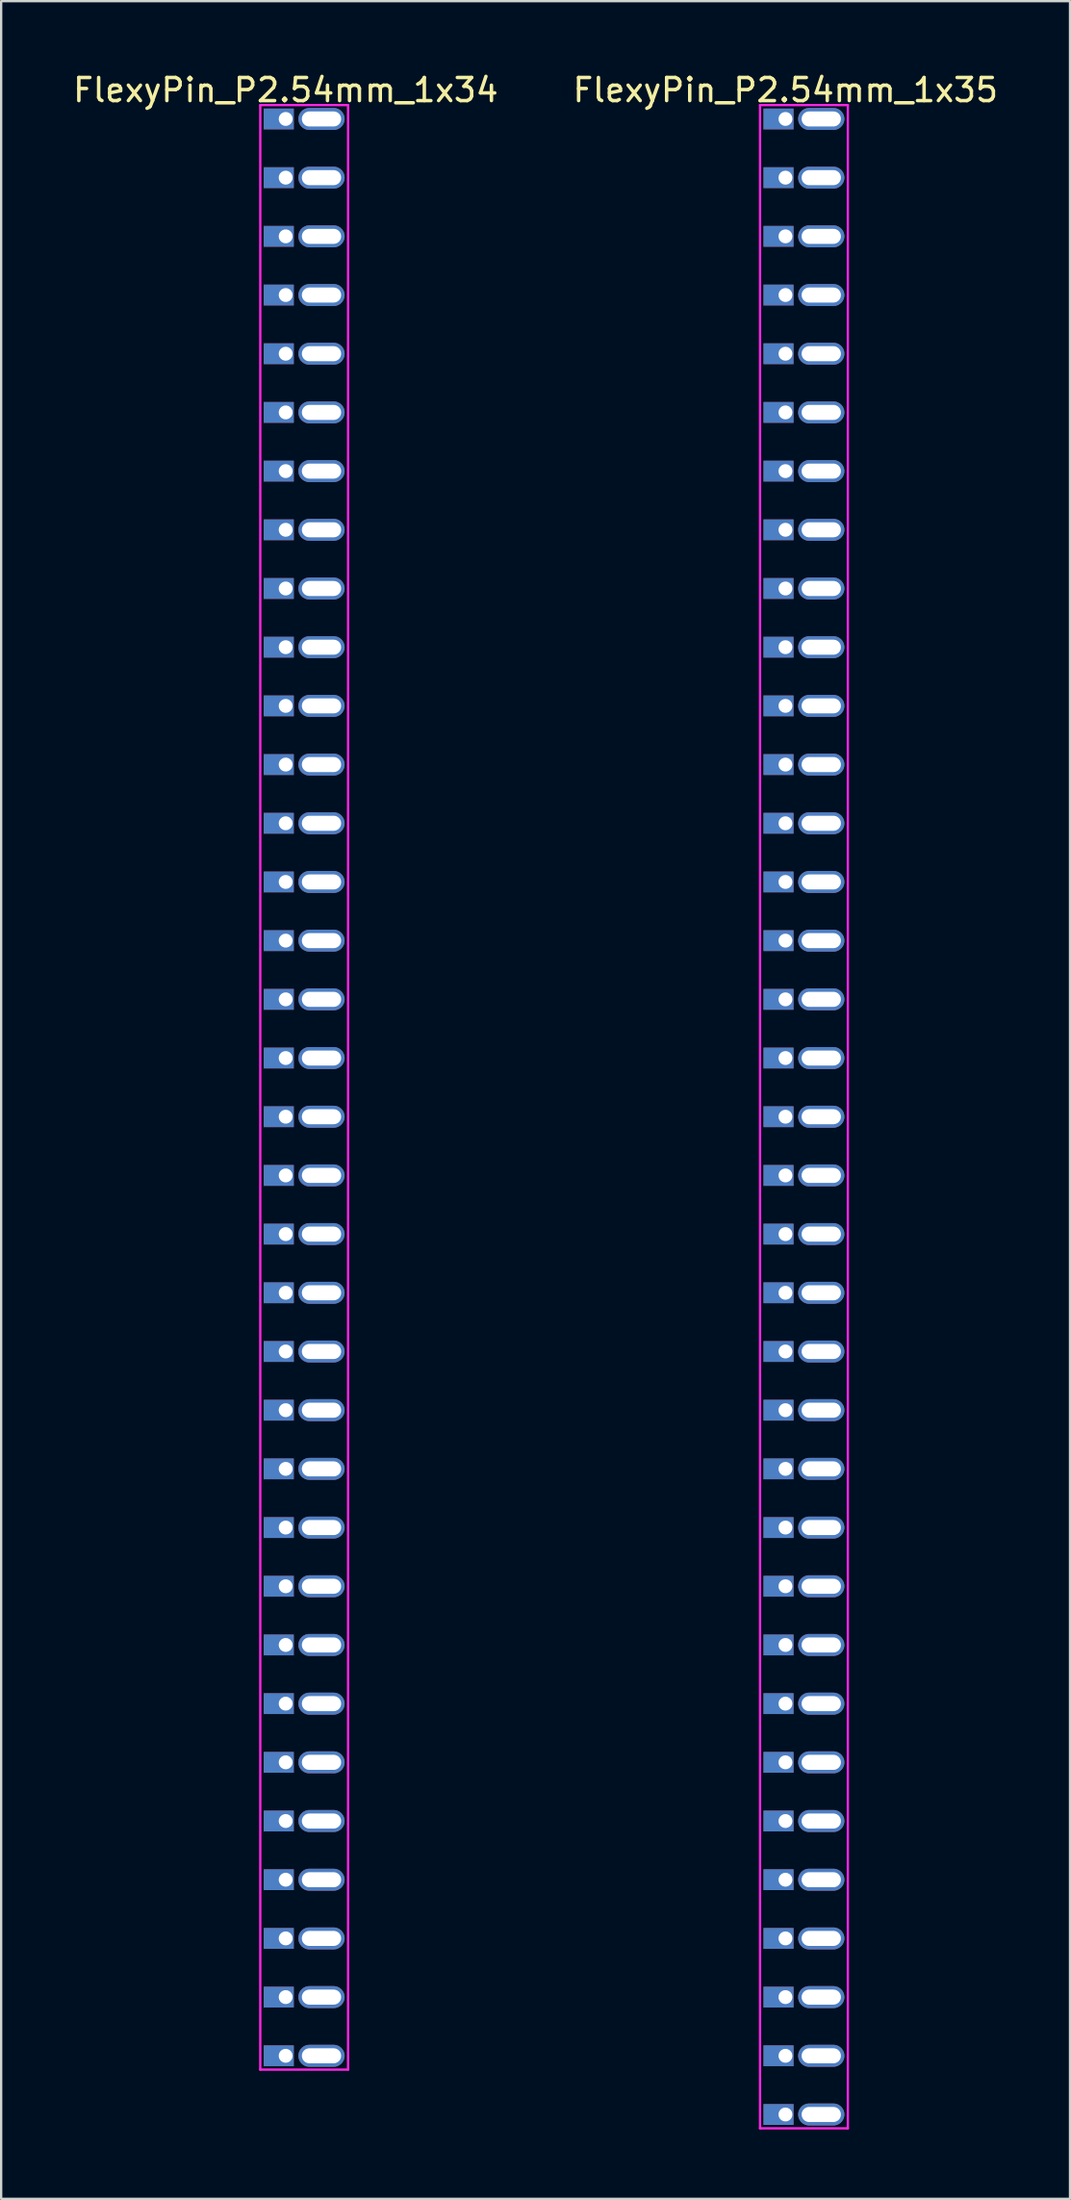
<source format=kicad_pcb>
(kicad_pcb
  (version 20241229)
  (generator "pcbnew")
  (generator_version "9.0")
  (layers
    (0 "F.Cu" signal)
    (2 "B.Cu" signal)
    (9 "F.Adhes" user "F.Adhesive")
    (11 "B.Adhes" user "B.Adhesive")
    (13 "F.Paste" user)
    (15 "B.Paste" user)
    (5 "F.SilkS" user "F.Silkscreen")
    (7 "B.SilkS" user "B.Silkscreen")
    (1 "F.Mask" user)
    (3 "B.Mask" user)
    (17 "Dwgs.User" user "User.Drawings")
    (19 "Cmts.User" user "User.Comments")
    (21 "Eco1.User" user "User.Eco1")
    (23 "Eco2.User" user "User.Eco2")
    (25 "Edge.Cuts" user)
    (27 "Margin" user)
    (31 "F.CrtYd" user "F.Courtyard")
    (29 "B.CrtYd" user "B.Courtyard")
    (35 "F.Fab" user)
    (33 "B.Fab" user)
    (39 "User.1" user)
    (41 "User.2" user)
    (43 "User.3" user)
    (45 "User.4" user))
  (footprint "FlexyPin_P2.54mm_1x34"
    (layer "F.Cu")
    (at 9.315 2.098)
    (property "Reference" "FlexyPin_P2.54mm_1x34" (at 0 -1.25 0) (layer "F.SilkS") (effects (font (size 1 1) (thickness 0.15))))
    (attr through_hole)
    (fp_line (start -1.1 -0.6) (end 2.7 -0.6) (stroke (width 0.1) (type solid)) (layer "F.CrtYd"))
    (fp_line (start -1.1 84.42) (end -1.1 -0.6) (stroke (width 0.1) (type solid)) (layer "F.CrtYd"))
    (fp_line (start 2.7 -0.6) (end 2.7 84.42) (stroke (width 0.1) (type solid)) (layer "F.CrtYd"))
    (fp_line (start 2.7 84.42) (end -1.1 84.42) (stroke (width 0.1) (type solid)) (layer "F.CrtYd"))
    (pad "" thru_hole oval (at 1.55 0) (size 2 0.95) (drill oval 1.7 0.65) (layers "*.Cu" "*.Mask"))
    (pad "" thru_hole oval (at 1.55 2.54) (size 2 0.95) (drill oval 1.7 0.65) (layers "*.Cu" "*.Mask"))
    (pad "" thru_hole oval (at 1.55 5.08) (size 2 0.95) (drill oval 1.7 0.65) (layers "*.Cu" "*.Mask"))
    (pad "" thru_hole oval (at 1.55 7.62) (size 2 0.95) (drill oval 1.7 0.65) (layers "*.Cu" "*.Mask"))
    (pad "" thru_hole oval (at 1.55 10.16) (size 2 0.95) (drill oval 1.7 0.65) (layers "*.Cu" "*.Mask"))
    (pad "" thru_hole oval (at 1.55 12.7) (size 2 0.95) (drill oval 1.7 0.65) (layers "*.Cu" "*.Mask"))
    (pad "" thru_hole oval (at 1.55 15.24) (size 2 0.95) (drill oval 1.7 0.65) (layers "*.Cu" "*.Mask"))
    (pad "" thru_hole oval (at 1.55 17.78) (size 2 0.95) (drill oval 1.7 0.65) (layers "*.Cu" "*.Mask"))
    (pad "" thru_hole oval (at 1.55 20.32) (size 2 0.95) (drill oval 1.7 0.65) (layers "*.Cu" "*.Mask"))
    (pad "" thru_hole oval (at 1.55 22.86) (size 2 0.95) (drill oval 1.7 0.65) (layers "*.Cu" "*.Mask"))
    (pad "" thru_hole oval (at 1.55 25.4) (size 2 0.95) (drill oval 1.7 0.65) (layers "*.Cu" "*.Mask"))
    (pad "" thru_hole oval (at 1.55 27.94) (size 2 0.95) (drill oval 1.7 0.65) (layers "*.Cu" "*.Mask"))
    (pad "" thru_hole oval (at 1.55 30.48) (size 2 0.95) (drill oval 1.7 0.65) (layers "*.Cu" "*.Mask"))
    (pad "" thru_hole oval (at 1.55 33.02) (size 2 0.95) (drill oval 1.7 0.65) (layers "*.Cu" "*.Mask"))
    (pad "" thru_hole oval (at 1.55 35.56) (size 2 0.95) (drill oval 1.7 0.65) (layers "*.Cu" "*.Mask"))
    (pad "" thru_hole oval (at 1.55 38.1) (size 2 0.95) (drill oval 1.7 0.65) (layers "*.Cu" "*.Mask"))
    (pad "" thru_hole oval (at 1.55 40.64) (size 2 0.95) (drill oval 1.7 0.65) (layers "*.Cu" "*.Mask"))
    (pad "" thru_hole oval (at 1.55 43.18) (size 2 0.95) (drill oval 1.7 0.65) (layers "*.Cu" "*.Mask"))
    (pad "" thru_hole oval (at 1.55 45.72) (size 2 0.95) (drill oval 1.7 0.65) (layers "*.Cu" "*.Mask"))
    (pad "" thru_hole oval (at 1.55 48.26) (size 2 0.95) (drill oval 1.7 0.65) (layers "*.Cu" "*.Mask"))
    (pad "" thru_hole oval (at 1.55 50.8) (size 2 0.95) (drill oval 1.7 0.65) (layers "*.Cu" "*.Mask"))
    (pad "" thru_hole oval (at 1.55 53.34) (size 2 0.95) (drill oval 1.7 0.65) (layers "*.Cu" "*.Mask"))
    (pad "" thru_hole oval (at 1.55 55.88) (size 2 0.95) (drill oval 1.7 0.65) (layers "*.Cu" "*.Mask"))
    (pad "" thru_hole oval (at 1.55 58.42) (size 2 0.95) (drill oval 1.7 0.65) (layers "*.Cu" "*.Mask"))
    (pad "" thru_hole oval (at 1.55 60.96) (size 2 0.95) (drill oval 1.7 0.65) (layers "*.Cu" "*.Mask"))
    (pad "" thru_hole oval (at 1.55 63.5) (size 2 0.95) (drill oval 1.7 0.65) (layers "*.Cu" "*.Mask"))
    (pad "" thru_hole oval (at 1.55 66.04) (size 2 0.95) (drill oval 1.7 0.65) (layers "*.Cu" "*.Mask"))
    (pad "" thru_hole oval (at 1.55 68.58) (size 2 0.95) (drill oval 1.7 0.65) (layers "*.Cu" "*.Mask"))
    (pad "" thru_hole oval (at 1.55 71.12) (size 2 0.95) (drill oval 1.7 0.65) (layers "*.Cu" "*.Mask"))
    (pad "" thru_hole oval (at 1.55 73.66) (size 2 0.95) (drill oval 1.7 0.65) (layers "*.Cu" "*.Mask"))
    (pad "" thru_hole oval (at 1.55 76.2) (size 2 0.95) (drill oval 1.7 0.65) (layers "*.Cu" "*.Mask"))
    (pad "" thru_hole oval (at 1.55 78.74) (size 2 0.95) (drill oval 1.7 0.65) (layers "*.Cu" "*.Mask"))
    (pad "" thru_hole oval (at 1.55 81.28) (size 2 0.95) (drill oval 1.7 0.65) (layers "*.Cu" "*.Mask"))
    (pad "" thru_hole oval (at 1.55 83.82) (size 2 0.95) (drill oval 1.7 0.65) (layers "*.Cu" "*.Mask"))
    (pad "1" thru_hole rect (at 0 0) (size 1.3 0.9) (drill 0.6 (offset -0.3 0)) (layers "*.Cu" "*.Mask"))
    (pad "2" thru_hole rect (at 0 2.54) (size 1.3 0.9) (drill 0.6 (offset -0.3 0)) (layers "*.Cu" "*.Mask"))
    (pad "3" thru_hole rect (at 0 5.08) (size 1.3 0.9) (drill 0.6 (offset -0.3 0)) (layers "*.Cu" "*.Mask"))
    (pad "4" thru_hole rect (at 0 7.62) (size 1.3 0.9) (drill 0.6 (offset -0.3 0)) (layers "*.Cu" "*.Mask"))
    (pad "5" thru_hole rect (at 0 10.16) (size 1.3 0.9) (drill 0.6 (offset -0.3 0)) (layers "*.Cu" "*.Mask"))
    (pad "6" thru_hole rect (at 0 12.7) (size 1.3 0.9) (drill 0.6 (offset -0.3 0)) (layers "*.Cu" "*.Mask"))
    (pad "7" thru_hole rect (at 0 15.24) (size 1.3 0.9) (drill 0.6 (offset -0.3 0)) (layers "*.Cu" "*.Mask"))
    (pad "8" thru_hole rect (at 0 17.78) (size 1.3 0.9) (drill 0.6 (offset -0.3 0)) (layers "*.Cu" "*.Mask"))
    (pad "9" thru_hole rect (at 0 20.32) (size 1.3 0.9) (drill 0.6 (offset -0.3 0)) (layers "*.Cu" "*.Mask"))
    (pad "10" thru_hole rect (at 0 22.86) (size 1.3 0.9) (drill 0.6 (offset -0.3 0)) (layers "*.Cu" "*.Mask"))
    (pad "11" thru_hole rect (at 0 25.4) (size 1.3 0.9) (drill 0.6 (offset -0.3 0)) (layers "*.Cu" "*.Mask"))
    (pad "12" thru_hole rect (at 0 27.94) (size 1.3 0.9) (drill 0.6 (offset -0.3 0)) (layers "*.Cu" "*.Mask"))
    (pad "13" thru_hole rect (at 0 30.48) (size 1.3 0.9) (drill 0.6 (offset -0.3 0)) (layers "*.Cu" "*.Mask"))
    (pad "14" thru_hole rect (at 0 33.02) (size 1.3 0.9) (drill 0.6 (offset -0.3 0)) (layers "*.Cu" "*.Mask"))
    (pad "15" thru_hole rect (at 0 35.56) (size 1.3 0.9) (drill 0.6 (offset -0.3 0)) (layers "*.Cu" "*.Mask"))
    (pad "16" thru_hole rect (at 0 38.1) (size 1.3 0.9) (drill 0.6 (offset -0.3 0)) (layers "*.Cu" "*.Mask"))
    (pad "17" thru_hole rect (at 0 40.64) (size 1.3 0.9) (drill 0.6 (offset -0.3 0)) (layers "*.Cu" "*.Mask"))
    (pad "18" thru_hole rect (at 0 43.18) (size 1.3 0.9) (drill 0.6 (offset -0.3 0)) (layers "*.Cu" "*.Mask"))
    (pad "19" thru_hole rect (at 0 45.72) (size 1.3 0.9) (drill 0.6 (offset -0.3 0)) (layers "*.Cu" "*.Mask"))
    (pad "20" thru_hole rect (at 0 48.26) (size 1.3 0.9) (drill 0.6 (offset -0.3 0)) (layers "*.Cu" "*.Mask"))
    (pad "21" thru_hole rect (at 0 50.8) (size 1.3 0.9) (drill 0.6 (offset -0.3 0)) (layers "*.Cu" "*.Mask"))
    (pad "22" thru_hole rect (at 0 53.34) (size 1.3 0.9) (drill 0.6 (offset -0.3 0)) (layers "*.Cu" "*.Mask"))
    (pad "23" thru_hole rect (at 0 55.88) (size 1.3 0.9) (drill 0.6 (offset -0.3 0)) (layers "*.Cu" "*.Mask"))
    (pad "24" thru_hole rect (at 0 58.42) (size 1.3 0.9) (drill 0.6 (offset -0.3 0)) (layers "*.Cu" "*.Mask"))
    (pad "25" thru_hole rect (at 0 60.96) (size 1.3 0.9) (drill 0.6 (offset -0.3 0)) (layers "*.Cu" "*.Mask"))
    (pad "26" thru_hole rect (at 0 63.5) (size 1.3 0.9) (drill 0.6 (offset -0.3 0)) (layers "*.Cu" "*.Mask"))
    (pad "27" thru_hole rect (at 0 66.04) (size 1.3 0.9) (drill 0.6 (offset -0.3 0)) (layers "*.Cu" "*.Mask"))
    (pad "28" thru_hole rect (at 0 68.58) (size 1.3 0.9) (drill 0.6 (offset -0.3 0)) (layers "*.Cu" "*.Mask"))
    (pad "29" thru_hole rect (at 0 71.12) (size 1.3 0.9) (drill 0.6 (offset -0.3 0)) (layers "*.Cu" "*.Mask"))
    (pad "30" thru_hole rect (at 0 73.66) (size 1.3 0.9) (drill 0.6 (offset -0.3 0)) (layers "*.Cu" "*.Mask"))
    (pad "31" thru_hole rect (at 0 76.2) (size 1.3 0.9) (drill 0.6 (offset -0.3 0)) (layers "*.Cu" "*.Mask"))
    (pad "32" thru_hole rect (at 0 78.74) (size 1.3 0.9) (drill 0.6 (offset -0.3 0)) (layers "*.Cu" "*.Mask"))
    (pad "33" thru_hole rect (at 0 81.28) (size 1.3 0.9) (drill 0.6 (offset -0.3 0)) (layers "*.Cu" "*.Mask"))
    (pad "34" thru_hole rect (at 0 83.82) (size 1.3 0.9) (drill 0.6 (offset -0.3 0)) (layers "*.Cu" "*.Mask")))
  (footprint "FlexyPin_P2.54mm_1x35"
    (layer "F.Cu")
    (at 30.946 2.098)
    (property "Reference" "FlexyPin_P2.54mm_1x35" (at 0 -1.25 0) (layer "F.SilkS") (effects (font (size 1 1) (thickness 0.15))))
    (attr through_hole)
    (fp_line (start -1.1 -0.6) (end 2.7 -0.6) (stroke (width 0.1) (type solid)) (layer "F.CrtYd"))
    (fp_line (start -1.1 86.96) (end -1.1 -0.6) (stroke (width 0.1) (type solid)) (layer "F.CrtYd"))
    (fp_line (start 2.7 -0.6) (end 2.7 86.96) (stroke (width 0.1) (type solid)) (layer "F.CrtYd"))
    (fp_line (start 2.7 86.96) (end -1.1 86.96) (stroke (width 0.1) (type solid)) (layer "F.CrtYd"))
    (pad "" thru_hole oval (at 1.55 0) (size 2 0.95) (drill oval 1.7 0.65) (layers "*.Cu" "*.Mask"))
    (pad "" thru_hole oval (at 1.55 2.54) (size 2 0.95) (drill oval 1.7 0.65) (layers "*.Cu" "*.Mask"))
    (pad "" thru_hole oval (at 1.55 5.08) (size 2 0.95) (drill oval 1.7 0.65) (layers "*.Cu" "*.Mask"))
    (pad "" thru_hole oval (at 1.55 7.62) (size 2 0.95) (drill oval 1.7 0.65) (layers "*.Cu" "*.Mask"))
    (pad "" thru_hole oval (at 1.55 10.16) (size 2 0.95) (drill oval 1.7 0.65) (layers "*.Cu" "*.Mask"))
    (pad "" thru_hole oval (at 1.55 12.7) (size 2 0.95) (drill oval 1.7 0.65) (layers "*.Cu" "*.Mask"))
    (pad "" thru_hole oval (at 1.55 15.24) (size 2 0.95) (drill oval 1.7 0.65) (layers "*.Cu" "*.Mask"))
    (pad "" thru_hole oval (at 1.55 17.78) (size 2 0.95) (drill oval 1.7 0.65) (layers "*.Cu" "*.Mask"))
    (pad "" thru_hole oval (at 1.55 20.32) (size 2 0.95) (drill oval 1.7 0.65) (layers "*.Cu" "*.Mask"))
    (pad "" thru_hole oval (at 1.55 22.86) (size 2 0.95) (drill oval 1.7 0.65) (layers "*.Cu" "*.Mask"))
    (pad "" thru_hole oval (at 1.55 25.4) (size 2 0.95) (drill oval 1.7 0.65) (layers "*.Cu" "*.Mask"))
    (pad "" thru_hole oval (at 1.55 27.94) (size 2 0.95) (drill oval 1.7 0.65) (layers "*.Cu" "*.Mask"))
    (pad "" thru_hole oval (at 1.55 30.48) (size 2 0.95) (drill oval 1.7 0.65) (layers "*.Cu" "*.Mask"))
    (pad "" thru_hole oval (at 1.55 33.02) (size 2 0.95) (drill oval 1.7 0.65) (layers "*.Cu" "*.Mask"))
    (pad "" thru_hole oval (at 1.55 35.56) (size 2 0.95) (drill oval 1.7 0.65) (layers "*.Cu" "*.Mask"))
    (pad "" thru_hole oval (at 1.55 38.1) (size 2 0.95) (drill oval 1.7 0.65) (layers "*.Cu" "*.Mask"))
    (pad "" thru_hole oval (at 1.55 40.64) (size 2 0.95) (drill oval 1.7 0.65) (layers "*.Cu" "*.Mask"))
    (pad "" thru_hole oval (at 1.55 43.18) (size 2 0.95) (drill oval 1.7 0.65) (layers "*.Cu" "*.Mask"))
    (pad "" thru_hole oval (at 1.55 45.72) (size 2 0.95) (drill oval 1.7 0.65) (layers "*.Cu" "*.Mask"))
    (pad "" thru_hole oval (at 1.55 48.26) (size 2 0.95) (drill oval 1.7 0.65) (layers "*.Cu" "*.Mask"))
    (pad "" thru_hole oval (at 1.55 50.8) (size 2 0.95) (drill oval 1.7 0.65) (layers "*.Cu" "*.Mask"))
    (pad "" thru_hole oval (at 1.55 53.34) (size 2 0.95) (drill oval 1.7 0.65) (layers "*.Cu" "*.Mask"))
    (pad "" thru_hole oval (at 1.55 55.88) (size 2 0.95) (drill oval 1.7 0.65) (layers "*.Cu" "*.Mask"))
    (pad "" thru_hole oval (at 1.55 58.42) (size 2 0.95) (drill oval 1.7 0.65) (layers "*.Cu" "*.Mask"))
    (pad "" thru_hole oval (at 1.55 60.96) (size 2 0.95) (drill oval 1.7 0.65) (layers "*.Cu" "*.Mask"))
    (pad "" thru_hole oval (at 1.55 63.5) (size 2 0.95) (drill oval 1.7 0.65) (layers "*.Cu" "*.Mask"))
    (pad "" thru_hole oval (at 1.55 66.04) (size 2 0.95) (drill oval 1.7 0.65) (layers "*.Cu" "*.Mask"))
    (pad "" thru_hole oval (at 1.55 68.58) (size 2 0.95) (drill oval 1.7 0.65) (layers "*.Cu" "*.Mask"))
    (pad "" thru_hole oval (at 1.55 71.12) (size 2 0.95) (drill oval 1.7 0.65) (layers "*.Cu" "*.Mask"))
    (pad "" thru_hole oval (at 1.55 73.66) (size 2 0.95) (drill oval 1.7 0.65) (layers "*.Cu" "*.Mask"))
    (pad "" thru_hole oval (at 1.55 76.2) (size 2 0.95) (drill oval 1.7 0.65) (layers "*.Cu" "*.Mask"))
    (pad "" thru_hole oval (at 1.55 78.74) (size 2 0.95) (drill oval 1.7 0.65) (layers "*.Cu" "*.Mask"))
    (pad "" thru_hole oval (at 1.55 81.28) (size 2 0.95) (drill oval 1.7 0.65) (layers "*.Cu" "*.Mask"))
    (pad "" thru_hole oval (at 1.55 83.82) (size 2 0.95) (drill oval 1.7 0.65) (layers "*.Cu" "*.Mask"))
    (pad "" thru_hole oval (at 1.55 86.36) (size 2 0.95) (drill oval 1.7 0.65) (layers "*.Cu" "*.Mask"))
    (pad "1" thru_hole rect (at 0 0) (size 1.3 0.9) (drill 0.6 (offset -0.3 0)) (layers "*.Cu" "*.Mask"))
    (pad "2" thru_hole rect (at 0 2.54) (size 1.3 0.9) (drill 0.6 (offset -0.3 0)) (layers "*.Cu" "*.Mask"))
    (pad "3" thru_hole rect (at 0 5.08) (size 1.3 0.9) (drill 0.6 (offset -0.3 0)) (layers "*.Cu" "*.Mask"))
    (pad "4" thru_hole rect (at 0 7.62) (size 1.3 0.9) (drill 0.6 (offset -0.3 0)) (layers "*.Cu" "*.Mask"))
    (pad "5" thru_hole rect (at 0 10.16) (size 1.3 0.9) (drill 0.6 (offset -0.3 0)) (layers "*.Cu" "*.Mask"))
    (pad "6" thru_hole rect (at 0 12.7) (size 1.3 0.9) (drill 0.6 (offset -0.3 0)) (layers "*.Cu" "*.Mask"))
    (pad "7" thru_hole rect (at 0 15.24) (size 1.3 0.9) (drill 0.6 (offset -0.3 0)) (layers "*.Cu" "*.Mask"))
    (pad "8" thru_hole rect (at 0 17.78) (size 1.3 0.9) (drill 0.6 (offset -0.3 0)) (layers "*.Cu" "*.Mask"))
    (pad "9" thru_hole rect (at 0 20.32) (size 1.3 0.9) (drill 0.6 (offset -0.3 0)) (layers "*.Cu" "*.Mask"))
    (pad "10" thru_hole rect (at 0 22.86) (size 1.3 0.9) (drill 0.6 (offset -0.3 0)) (layers "*.Cu" "*.Mask"))
    (pad "11" thru_hole rect (at 0 25.4) (size 1.3 0.9) (drill 0.6 (offset -0.3 0)) (layers "*.Cu" "*.Mask"))
    (pad "12" thru_hole rect (at 0 27.94) (size 1.3 0.9) (drill 0.6 (offset -0.3 0)) (layers "*.Cu" "*.Mask"))
    (pad "13" thru_hole rect (at 0 30.48) (size 1.3 0.9) (drill 0.6 (offset -0.3 0)) (layers "*.Cu" "*.Mask"))
    (pad "14" thru_hole rect (at 0 33.02) (size 1.3 0.9) (drill 0.6 (offset -0.3 0)) (layers "*.Cu" "*.Mask"))
    (pad "15" thru_hole rect (at 0 35.56) (size 1.3 0.9) (drill 0.6 (offset -0.3 0)) (layers "*.Cu" "*.Mask"))
    (pad "16" thru_hole rect (at 0 38.1) (size 1.3 0.9) (drill 0.6 (offset -0.3 0)) (layers "*.Cu" "*.Mask"))
    (pad "17" thru_hole rect (at 0 40.64) (size 1.3 0.9) (drill 0.6 (offset -0.3 0)) (layers "*.Cu" "*.Mask"))
    (pad "18" thru_hole rect (at 0 43.18) (size 1.3 0.9) (drill 0.6 (offset -0.3 0)) (layers "*.Cu" "*.Mask"))
    (pad "19" thru_hole rect (at 0 45.72) (size 1.3 0.9) (drill 0.6 (offset -0.3 0)) (layers "*.Cu" "*.Mask"))
    (pad "20" thru_hole rect (at 0 48.26) (size 1.3 0.9) (drill 0.6 (offset -0.3 0)) (layers "*.Cu" "*.Mask"))
    (pad "21" thru_hole rect (at 0 50.8) (size 1.3 0.9) (drill 0.6 (offset -0.3 0)) (layers "*.Cu" "*.Mask"))
    (pad "22" thru_hole rect (at 0 53.34) (size 1.3 0.9) (drill 0.6 (offset -0.3 0)) (layers "*.Cu" "*.Mask"))
    (pad "23" thru_hole rect (at 0 55.88) (size 1.3 0.9) (drill 0.6 (offset -0.3 0)) (layers "*.Cu" "*.Mask"))
    (pad "24" thru_hole rect (at 0 58.42) (size 1.3 0.9) (drill 0.6 (offset -0.3 0)) (layers "*.Cu" "*.Mask"))
    (pad "25" thru_hole rect (at 0 60.96) (size 1.3 0.9) (drill 0.6 (offset -0.3 0)) (layers "*.Cu" "*.Mask"))
    (pad "26" thru_hole rect (at 0 63.5) (size 1.3 0.9) (drill 0.6 (offset -0.3 0)) (layers "*.Cu" "*.Mask"))
    (pad "27" thru_hole rect (at 0 66.04) (size 1.3 0.9) (drill 0.6 (offset -0.3 0)) (layers "*.Cu" "*.Mask"))
    (pad "28" thru_hole rect (at 0 68.58) (size 1.3 0.9) (drill 0.6 (offset -0.3 0)) (layers "*.Cu" "*.Mask"))
    (pad "29" thru_hole rect (at 0 71.12) (size 1.3 0.9) (drill 0.6 (offset -0.3 0)) (layers "*.Cu" "*.Mask"))
    (pad "30" thru_hole rect (at 0 73.66) (size 1.3 0.9) (drill 0.6 (offset -0.3 0)) (layers "*.Cu" "*.Mask"))
    (pad "31" thru_hole rect (at 0 76.2) (size 1.3 0.9) (drill 0.6 (offset -0.3 0)) (layers "*.Cu" "*.Mask"))
    (pad "32" thru_hole rect (at 0 78.74) (size 1.3 0.9) (drill 0.6 (offset -0.3 0)) (layers "*.Cu" "*.Mask"))
    (pad "33" thru_hole rect (at 0 81.28) (size 1.3 0.9) (drill 0.6 (offset -0.3 0)) (layers "*.Cu" "*.Mask"))
    (pad "34" thru_hole rect (at 0 83.82) (size 1.3 0.9) (drill 0.6 (offset -0.3 0)) (layers "*.Cu" "*.Mask"))
    (pad "35" thru_hole rect (at 0 86.36) (size 1.3 0.9) (drill 0.6 (offset -0.3 0)) (layers "*.Cu" "*.Mask")))
  (gr_rect
    (start -3 -3)
    (end 43.262 92.108)
    (stroke (width 0.1) (type default))
    (fill no)
    (layer "Edge.Cuts")))
</source>
